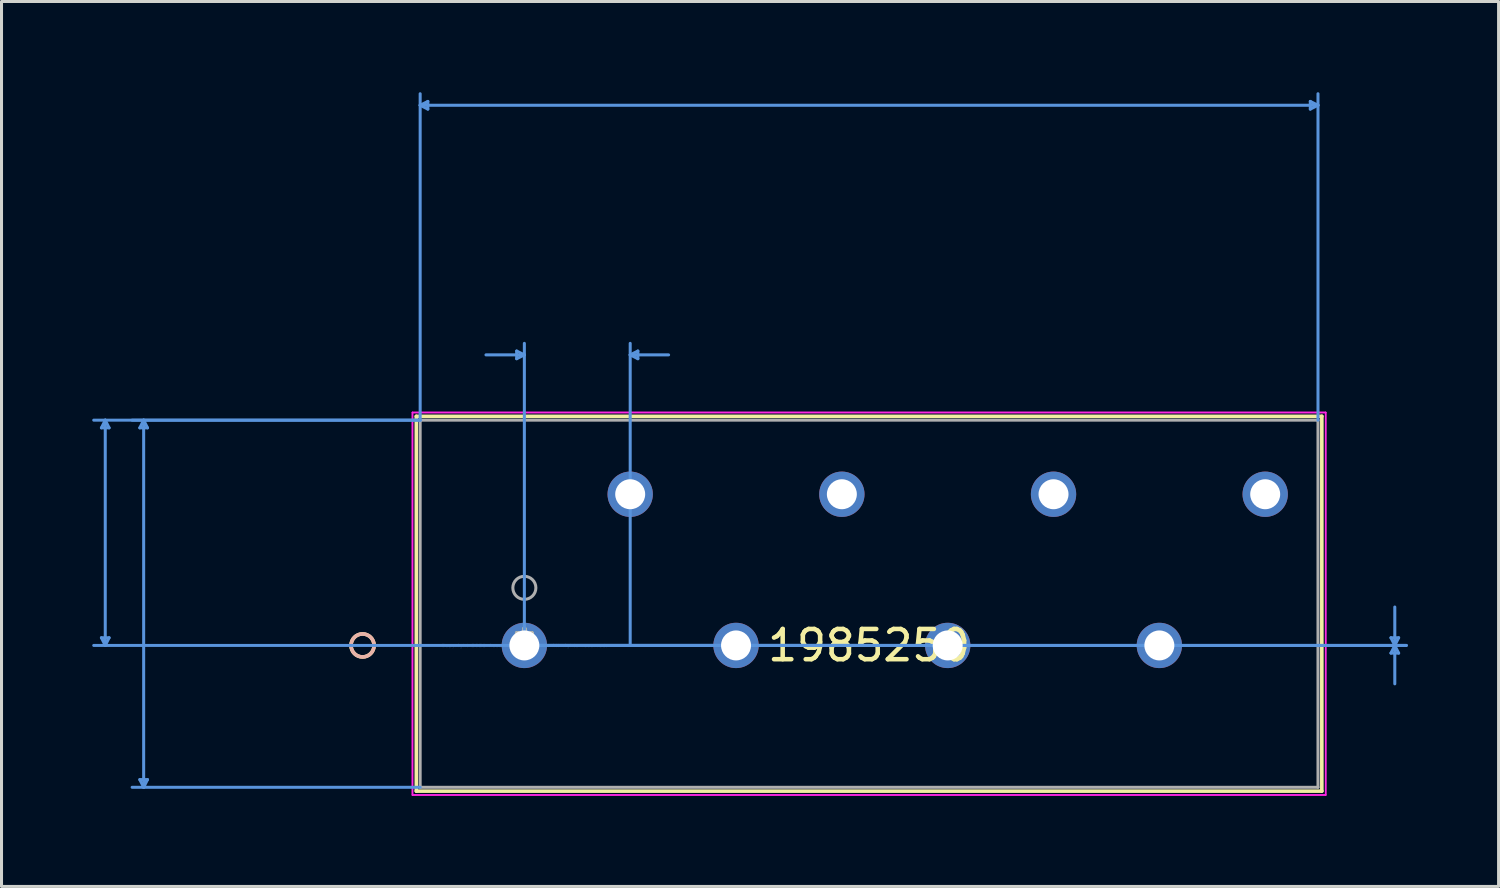
<source format=kicad_pcb>
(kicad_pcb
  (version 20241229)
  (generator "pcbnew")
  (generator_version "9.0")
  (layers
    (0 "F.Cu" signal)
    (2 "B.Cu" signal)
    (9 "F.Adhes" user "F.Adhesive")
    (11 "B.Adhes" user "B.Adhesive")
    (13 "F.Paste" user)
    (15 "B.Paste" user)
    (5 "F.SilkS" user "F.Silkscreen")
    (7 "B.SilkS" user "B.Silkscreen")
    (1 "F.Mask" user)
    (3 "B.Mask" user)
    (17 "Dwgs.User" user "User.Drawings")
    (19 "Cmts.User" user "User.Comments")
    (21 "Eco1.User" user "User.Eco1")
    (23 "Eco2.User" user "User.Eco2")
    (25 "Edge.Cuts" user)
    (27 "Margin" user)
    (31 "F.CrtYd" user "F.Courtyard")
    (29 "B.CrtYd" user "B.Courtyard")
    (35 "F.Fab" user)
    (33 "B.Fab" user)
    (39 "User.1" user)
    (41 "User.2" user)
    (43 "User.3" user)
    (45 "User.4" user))
  (footprint "1985250"
    (layer "F.Cu")
    (at 14.291 18.295)
    (property "Reference" "1985250" (at 11.4 0 0) (layer "F.SilkS") (effects (font (size 1 1) (thickness 0.15))))
    (attr through_hole)
    (fp_line (start -3.573 -7.577) (end -3.573 4.818) (stroke (width 0.12) (type solid)) (layer "F.SilkS"))
    (fp_line (start -3.573 4.818) (end 26.373 4.818) (stroke (width 0.12) (type solid)) (layer "F.SilkS"))
    (fp_line (start 26.373 -7.577) (end -3.573 -7.577) (stroke (width 0.12) (type solid)) (layer "F.SilkS"))
    (fp_line (start 26.373 4.818) (end 26.373 -7.577) (stroke (width 0.12) (type solid)) (layer "F.SilkS"))
    (fp_circle (center -5.351 0) (end -4.97 0) (stroke (width 0.12) (type solid)) (fill no) (layer "F.SilkS"))
    (fp_circle (center -5.351 0) (end -4.97 0) (stroke (width 0.12) (type solid)) (fill no) (layer "B.SilkS"))
    (fp_line (start -13.987 -7.196) (end -13.733 -7.196) (stroke (width 0.1) (type solid)) (layer "Cmts.User"))
    (fp_line (start -13.987 -0.254) (end -13.733 -0.254) (stroke (width 0.1) (type solid)) (layer "Cmts.User"))
    (fp_line (start -13.86 -7.45) (end -13.987 -7.196) (stroke (width 0.1) (type solid)) (layer "Cmts.User"))
    (fp_line (start -13.86 -7.45) (end -13.86 0) (stroke (width 0.1) (type solid)) (layer "Cmts.User"))
    (fp_line (start -13.86 -7.45) (end -13.733 -7.196) (stroke (width 0.1) (type solid)) (layer "Cmts.User"))
    (fp_line (start -13.86 0) (end -13.987 -0.254) (stroke (width 0.1) (type solid)) (layer "Cmts.User"))
    (fp_line (start -13.86 0) (end -13.733 -0.254) (stroke (width 0.1) (type solid)) (layer "Cmts.User"))
    (fp_line (start -12.717 -7.196) (end -12.463 -7.196) (stroke (width 0.1) (type solid)) (layer "Cmts.User"))
    (fp_line (start -12.717 4.437) (end -12.463 4.437) (stroke (width 0.1) (type solid)) (layer "Cmts.User"))
    (fp_line (start -12.59 -7.45) (end -12.717 -7.196) (stroke (width 0.1) (type solid)) (layer "Cmts.User"))
    (fp_line (start -12.59 -7.45) (end -12.59 4.691) (stroke (width 0.1) (type solid)) (layer "Cmts.User"))
    (fp_line (start -12.59 -7.45) (end -12.463 -7.196) (stroke (width 0.1) (type solid)) (layer "Cmts.User"))
    (fp_line (start -12.59 4.691) (end -12.717 4.437) (stroke (width 0.1) (type solid)) (layer "Cmts.User"))
    (fp_line (start -12.59 4.691) (end -12.463 4.437) (stroke (width 0.1) (type solid)) (layer "Cmts.User"))
    (fp_line (start -3.446 -17.864) (end -3.192 -17.991) (stroke (width 0.1) (type solid)) (layer "Cmts.User"))
    (fp_line (start -3.446 -17.864) (end -3.192 -17.737) (stroke (width 0.1) (type solid)) (layer "Cmts.User"))
    (fp_line (start -3.446 -17.864) (end 26.246 -17.864) (stroke (width 0.1) (type solid)) (layer "Cmts.User"))
    (fp_line (start -3.446 -7.45) (end -14.241 -7.45) (stroke (width 0.1) (type solid)) (layer "Cmts.User"))
    (fp_line (start -3.446 -7.45) (end -12.971 -7.45) (stroke (width 0.1) (type solid)) (layer "Cmts.User"))
    (fp_line (start -3.446 -7.45) (end -3.446 -18.245) (stroke (width 0.1) (type solid)) (layer "Cmts.User"))
    (fp_line (start -3.446 4.691) (end -12.971 4.691) (stroke (width 0.1) (type solid)) (layer "Cmts.User"))
    (fp_line (start -3.192 -17.991) (end -3.192 -17.737) (stroke (width 0.1) (type solid)) (layer "Cmts.User"))
    (fp_line (start -0.254 -9.736) (end -0.254 -9.482) (stroke (width 0.1) (type solid)) (layer "Cmts.User"))
    (fp_line (start 0 -9.609) (end -1.27 -9.609) (stroke (width 0.1) (type solid)) (layer "Cmts.User"))
    (fp_line (start 0 -9.609) (end -0.254 -9.736) (stroke (width 0.1) (type solid)) (layer "Cmts.User"))
    (fp_line (start 0 -9.609) (end -0.254 -9.482) (stroke (width 0.1) (type solid)) (layer "Cmts.User"))
    (fp_line (start 0 0) (end 0 -9.99) (stroke (width 0.1) (type solid)) (layer "Cmts.User"))
    (fp_line (start 0 0) (end 29.167 0) (stroke (width 0.1) (type solid)) (layer "Cmts.User"))
    (fp_line (start 0 0) (end 29.167 0) (stroke (width 0.1) (type solid)) (layer "Cmts.User"))
    (fp_line (start 3.5 -9.609) (end 3.754 -9.736) (stroke (width 0.1) (type solid)) (layer "Cmts.User"))
    (fp_line (start 3.5 -9.609) (end 3.754 -9.482) (stroke (width 0.1) (type solid)) (layer "Cmts.User"))
    (fp_line (start 3.5 -9.609) (end 4.77 -9.609) (stroke (width 0.1) (type solid)) (layer "Cmts.User"))
    (fp_line (start 3.5 0) (end 3.5 -9.99) (stroke (width 0.1) (type solid)) (layer "Cmts.User"))
    (fp_line (start 3.754 -9.736) (end 3.754 -9.482) (stroke (width 0.1) (type solid)) (layer "Cmts.User"))
    (fp_line (start 11.4 0) (end -14.241 0) (stroke (width 0.1) (type solid)) (layer "Cmts.User"))
    (fp_line (start 25.992 -17.991) (end 25.992 -17.737) (stroke (width 0.1) (type solid)) (layer "Cmts.User"))
    (fp_line (start 26.246 -17.864) (end 25.992 -17.991) (stroke (width 0.1) (type solid)) (layer "Cmts.User"))
    (fp_line (start 26.246 -17.864) (end 25.992 -17.737) (stroke (width 0.1) (type solid)) (layer "Cmts.User"))
    (fp_line (start 26.246 -7.45) (end 26.246 -18.245) (stroke (width 0.1) (type solid)) (layer "Cmts.User"))
    (fp_line (start 28.659 -0.254) (end 28.913 -0.254) (stroke (width 0.1) (type solid)) (layer "Cmts.User"))
    (fp_line (start 28.659 0.254) (end 28.913 0.254) (stroke (width 0.1) (type solid)) (layer "Cmts.User"))
    (fp_line (start 28.786 0) (end 28.659 -0.254) (stroke (width 0.1) (type solid)) (layer "Cmts.User"))
    (fp_line (start 28.786 0) (end 28.659 0.254) (stroke (width 0.1) (type solid)) (layer "Cmts.User"))
    (fp_line (start 28.786 0) (end 28.786 -1.27) (stroke (width 0.1) (type solid)) (layer "Cmts.User"))
    (fp_line (start 28.786 0) (end 28.786 1.27) (stroke (width 0.1) (type solid)) (layer "Cmts.User"))
    (fp_line (start 28.786 0) (end 28.913 -0.254) (stroke (width 0.1) (type solid)) (layer "Cmts.User"))
    (fp_line (start 28.786 0) (end 28.913 0.254) (stroke (width 0.1) (type solid)) (layer "Cmts.User"))
    (fp_line (start -3.7 -7.704) (end -3.7 4.945) (stroke (width 0.05) (type solid)) (layer "F.CrtYd"))
    (fp_line (start -3.7 -7.704) (end -3.7 4.945) (stroke (width 0.05) (type solid)) (layer "F.CrtYd"))
    (fp_line (start -3.7 4.945) (end 26.5 4.945) (stroke (width 0.05) (type solid)) (layer "F.CrtYd"))
    (fp_line (start -3.7 4.945) (end 26.5 4.945) (stroke (width 0.05) (type solid)) (layer "F.CrtYd"))
    (fp_line (start 26.5 -7.704) (end -3.7 -7.704) (stroke (width 0.05) (type solid)) (layer "F.CrtYd"))
    (fp_line (start 26.5 -7.704) (end -3.7 -7.704) (stroke (width 0.05) (type solid)) (layer "F.CrtYd"))
    (fp_line (start 26.5 4.945) (end 26.5 -7.704) (stroke (width 0.05) (type solid)) (layer "F.CrtYd"))
    (fp_line (start 26.5 4.945) (end 26.5 -7.704) (stroke (width 0.05) (type solid)) (layer "F.CrtYd"))
    (fp_line (start -3.446 -7.45) (end -3.446 4.691) (stroke (width 0.1) (type solid)) (layer "F.Fab"))
    (fp_line (start -3.446 4.691) (end 26.246 4.691) (stroke (width 0.1) (type solid)) (layer "F.Fab"))
    (fp_line (start 26.246 -7.45) (end -3.446 -7.45) (stroke (width 0.1) (type solid)) (layer "F.Fab"))
    (fp_line (start 26.246 4.691) (end 26.246 -7.45) (stroke (width 0.1) (type solid)) (layer "F.Fab"))
    (fp_circle (center 0 -1.905) (end 0.381 -1.905) (stroke (width 0.1) (type solid)) (fill no) (layer "F.Fab"))
    (fp_text user "*" (at 0 0 0) (layer "F.SilkS") (effects (font (size 1 1) (thickness 0.15))))
    (fp_text user "Copyright 2021 Accelerated Designs. All rights reserved." (at 0 0 0) (layer "Cmts.User") (effects (font (size 0.127 0.127) (thickness 0.002))))
    (fp_text user "*" (at 0 0 0) (layer "F.Fab") (effects (font (size 1 1) (thickness 0.15))))
    (pad "1" thru_hole circle (at 0 0) (size 1.499 1.499) (drill 0.991) (layers "*.Cu" "*.Mask"))
    (pad "2" thru_hole circle (at 3.5 -5) (size 1.499 1.499) (drill 0.991) (layers "*.Cu" "*.Mask"))
    (pad "3" thru_hole circle (at 7 0) (size 1.499 1.499) (drill 0.991) (layers "*.Cu" "*.Mask"))
    (pad "4" thru_hole circle (at 10.5 -5) (size 1.499 1.499) (drill 0.991) (layers "*.Cu" "*.Mask"))
    (pad "5" thru_hole circle (at 14 0) (size 1.499 1.499) (drill 0.991) (layers "*.Cu" "*.Mask"))
    (pad "6" thru_hole circle (at 17.5 -5) (size 1.499 1.499) (drill 0.991) (layers "*.Cu" "*.Mask"))
    (pad "7" thru_hole circle (at 21 0) (size 1.499 1.499) (drill 0.991) (layers "*.Cu" "*.Mask"))
    (pad "8" thru_hole circle (at 24.5 -5) (size 1.499 1.499) (drill 0.991) (layers "*.Cu" "*.Mask")))
  (gr_rect
    (start -3 -3)
    (end 46.509 26.265)
    (stroke (width 0.1) (type default))
    (fill no)
    (layer "Edge.Cuts")))
</source>
